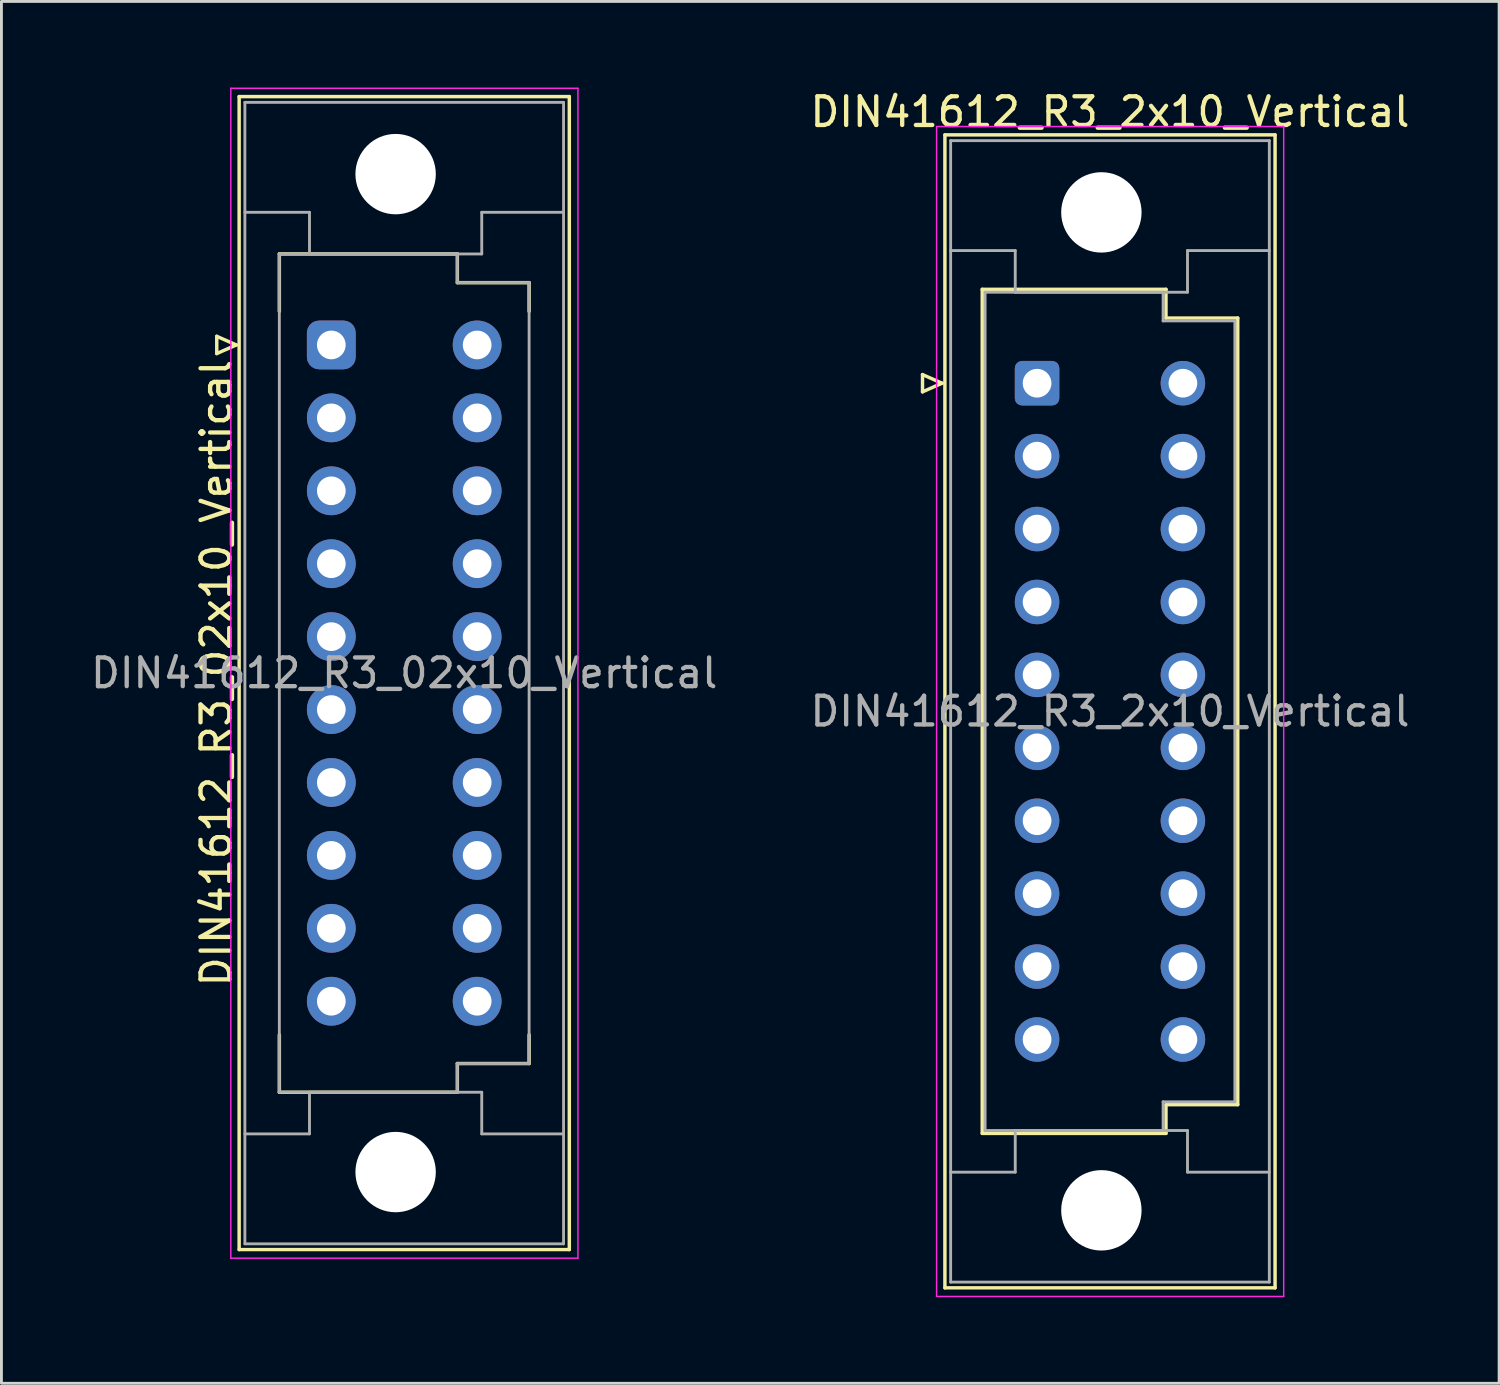
<source format=kicad_pcb>
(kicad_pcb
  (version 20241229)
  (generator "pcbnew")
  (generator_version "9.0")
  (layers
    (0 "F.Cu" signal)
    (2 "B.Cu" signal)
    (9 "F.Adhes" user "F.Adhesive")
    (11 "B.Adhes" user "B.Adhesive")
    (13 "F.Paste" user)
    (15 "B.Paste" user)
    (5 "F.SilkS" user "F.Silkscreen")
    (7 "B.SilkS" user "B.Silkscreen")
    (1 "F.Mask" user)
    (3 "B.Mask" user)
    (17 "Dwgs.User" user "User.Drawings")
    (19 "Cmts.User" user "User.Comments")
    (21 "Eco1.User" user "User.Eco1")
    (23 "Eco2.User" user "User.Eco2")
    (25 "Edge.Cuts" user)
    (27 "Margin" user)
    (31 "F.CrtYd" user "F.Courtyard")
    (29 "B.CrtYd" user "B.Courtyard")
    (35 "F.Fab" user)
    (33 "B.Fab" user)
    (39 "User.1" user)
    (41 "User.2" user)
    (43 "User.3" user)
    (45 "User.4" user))
  (footprint "DIN41612_R3_02x10_Vertical"
    (layer "F.Cu")
    (at 8.49 8.965)
    (property "Reference" "DIN41612_R3_02x10_Vertical" (at -4.01 11.43 90) (layer "F.SilkS") (effects (font (size 1 1) (thickness 0.15))))
    (attr through_hole)
    (fp_line (start -3.99 -0.3) (end -3.99 0.3) (stroke (width 0.12) (type solid)) (layer "F.SilkS"))
    (fp_line (start -3.99 0.3) (end -3.31 0) (stroke (width 0.12) (type solid)) (layer "F.SilkS"))
    (fp_line (start -3.31 0) (end -3.99 -0.3) (stroke (width 0.12) (type solid)) (layer "F.SilkS"))
    (fp_line (start -3.21 -8.65) (end 8.29 -8.65) (stroke (width 0.12) (type solid)) (layer "F.SilkS"))
    (fp_line (start -3.21 31.51) (end -3.21 -8.65) (stroke (width 0.12) (type solid)) (layer "F.SilkS"))
    (fp_line (start -1.81 -3.17) (end 4.39 -3.17) (stroke (width 0.12) (type solid)) (layer "F.SilkS"))
    (fp_line (start -1.81 -1.17) (end -1.81 -3.17) (stroke (width 0.12) (type solid)) (layer "F.SilkS"))
    (fp_line (start -1.81 24.03) (end -1.81 26.03) (stroke (width 0.12) (type solid)) (layer "F.SilkS"))
    (fp_line (start -1.81 26.03) (end 4.39 26.03) (stroke (width 0.12) (type solid)) (layer "F.SilkS"))
    (fp_line (start 4.39 -3.17) (end 4.39 -2.17) (stroke (width 0.12) (type solid)) (layer "F.SilkS"))
    (fp_line (start 4.39 -2.17) (end 6.89 -2.17) (stroke (width 0.12) (type solid)) (layer "F.SilkS"))
    (fp_line (start 4.39 25.03) (end 6.89 25.03) (stroke (width 0.12) (type solid)) (layer "F.SilkS"))
    (fp_line (start 4.39 26.03) (end 4.39 25.03) (stroke (width 0.12) (type solid)) (layer "F.SilkS"))
    (fp_line (start 6.89 -2.17) (end 6.89 -1.17) (stroke (width 0.12) (type solid)) (layer "F.SilkS"))
    (fp_line (start 6.89 25.03) (end 6.89 24.03) (stroke (width 0.12) (type solid)) (layer "F.SilkS"))
    (fp_line (start 8.29 -8.65) (end 8.29 31.51) (stroke (width 0.12) (type solid)) (layer "F.SilkS"))
    (fp_line (start 8.29 31.51) (end -3.21 31.51) (stroke (width 0.12) (type solid)) (layer "F.SilkS"))
    (fp_line (start -3.5 -8.94) (end 8.59 -8.94) (stroke (width 0.05) (type solid)) (layer "F.CrtYd"))
    (fp_line (start -3.5 31.81) (end -3.5 -8.94) (stroke (width 0.05) (type solid)) (layer "F.CrtYd"))
    (fp_line (start 8.59 -8.94) (end 8.59 31.81) (stroke (width 0.05) (type solid)) (layer "F.CrtYd"))
    (fp_line (start 8.59 31.81) (end -3.5 31.81) (stroke (width 0.05) (type solid)) (layer "F.CrtYd"))
    (fp_line (start -3.01 -8.45) (end 8.09 -8.45) (stroke (width 0.1) (type solid)) (layer "F.Fab"))
    (fp_line (start -3.01 -4.62) (end -0.76 -4.62) (stroke (width 0.1) (type solid)) (layer "F.Fab"))
    (fp_line (start -3.01 27.48) (end -0.76 27.48) (stroke (width 0.1) (type solid)) (layer "F.Fab"))
    (fp_line (start -3.01 31.31) (end -3.01 -8.45) (stroke (width 0.1) (type solid)) (layer "F.Fab"))
    (fp_line (start -1.81 -3.17) (end 4.39 -3.17) (stroke (width 0.1) (type solid)) (layer "F.Fab"))
    (fp_line (start -1.81 26.03) (end -1.81 -3.17) (stroke (width 0.1) (type solid)) (layer "F.Fab"))
    (fp_line (start -0.76 -4.62) (end -0.76 -3.17) (stroke (width 0.1) (type solid)) (layer "F.Fab"))
    (fp_line (start -0.76 -3.17) (end 5.24 -3.17) (stroke (width 0.1) (type solid)) (layer "F.Fab"))
    (fp_line (start -0.76 26.03) (end 5.24 26.03) (stroke (width 0.1) (type solid)) (layer "F.Fab"))
    (fp_line (start -0.76 27.48) (end -0.76 26.03) (stroke (width 0.1) (type solid)) (layer "F.Fab"))
    (fp_line (start 4.39 -3.17) (end 4.39 -2.17) (stroke (width 0.1) (type solid)) (layer "F.Fab"))
    (fp_line (start 4.39 -2.17) (end 6.89 -2.17) (stroke (width 0.1) (type solid)) (layer "F.Fab"))
    (fp_line (start 4.39 25.03) (end 4.39 26.03) (stroke (width 0.1) (type solid)) (layer "F.Fab"))
    (fp_line (start 4.39 26.03) (end -1.81 26.03) (stroke (width 0.1) (type solid)) (layer "F.Fab"))
    (fp_line (start 5.24 -4.62) (end 8.09 -4.62) (stroke (width 0.1) (type solid)) (layer "F.Fab"))
    (fp_line (start 5.24 -3.17) (end 5.24 -4.62) (stroke (width 0.1) (type solid)) (layer "F.Fab"))
    (fp_line (start 5.24 26.03) (end 5.24 27.48) (stroke (width 0.1) (type solid)) (layer "F.Fab"))
    (fp_line (start 5.24 27.48) (end 8.09 27.48) (stroke (width 0.1) (type solid)) (layer "F.Fab"))
    (fp_line (start 6.89 -2.17) (end 6.89 25.03) (stroke (width 0.1) (type solid)) (layer "F.Fab"))
    (fp_line (start 6.89 25.03) (end 4.39 25.03) (stroke (width 0.1) (type solid)) (layer "F.Fab"))
    (fp_line (start 8.09 -8.45) (end 8.09 31.31) (stroke (width 0.1) (type solid)) (layer "F.Fab"))
    (fp_line (start 8.09 31.31) (end -3.01 31.31) (stroke (width 0.1) (type solid)) (layer "F.Fab"))
    (fp_text user "${REFERENCE}" (at 2.54 11.43 0) (layer "F.Fab") (effects (font (size 1 1) (thickness 0.15))))
    (pad "" np_thru_hole circle (at 2.24 -5.95) (size 2.8 2.8) (drill 2.8) (layers "*.Cu" "*.Mask"))
    (pad "" np_thru_hole circle (at 2.24 28.81) (size 2.8 2.8) (drill 2.8) (layers "*.Cu" "*.Mask"))
    (pad "a1" thru_hole roundrect (at 0 0) (size 1.7 1.7) (drill 1) (layers "*.Cu" "*.Mask") (roundrect_rratio 0.25))
    (pad "a2" thru_hole circle (at 0 2.54) (size 1.7 1.7) (drill 1) (layers "*.Cu" "*.Mask"))
    (pad "a3" thru_hole circle (at 0 5.08) (size 1.7 1.7) (drill 1) (layers "*.Cu" "*.Mask"))
    (pad "a4" thru_hole circle (at 0 7.62) (size 1.7 1.7) (drill 1) (layers "*.Cu" "*.Mask"))
    (pad "a5" thru_hole circle (at 0 10.16) (size 1.7 1.7) (drill 1) (layers "*.Cu" "*.Mask"))
    (pad "a6" thru_hole circle (at 0 12.7) (size 1.7 1.7) (drill 1) (layers "*.Cu" "*.Mask"))
    (pad "a7" thru_hole circle (at 0 15.24) (size 1.7 1.7) (drill 1) (layers "*.Cu" "*.Mask"))
    (pad "a8" thru_hole circle (at 0 17.78) (size 1.7 1.7) (drill 1) (layers "*.Cu" "*.Mask"))
    (pad "a9" thru_hole circle (at 0 20.32) (size 1.7 1.7) (drill 1) (layers "*.Cu" "*.Mask"))
    (pad "a10" thru_hole circle (at 0 22.86) (size 1.7 1.7) (drill 1) (layers "*.Cu" "*.Mask"))
    (pad "c1" thru_hole circle (at 5.08 0) (size 1.7 1.7) (drill 1) (layers "*.Cu" "*.Mask"))
    (pad "c2" thru_hole circle (at 5.08 2.54) (size 1.7 1.7) (drill 1) (layers "*.Cu" "*.Mask"))
    (pad "c3" thru_hole circle (at 5.08 5.08) (size 1.7 1.7) (drill 1) (layers "*.Cu" "*.Mask"))
    (pad "c4" thru_hole circle (at 5.08 7.62) (size 1.7 1.7) (drill 1) (layers "*.Cu" "*.Mask"))
    (pad "c5" thru_hole circle (at 5.08 10.16) (size 1.7 1.7) (drill 1) (layers "*.Cu" "*.Mask"))
    (pad "c6" thru_hole circle (at 5.08 12.7) (size 1.7 1.7) (drill 1) (layers "*.Cu" "*.Mask"))
    (pad "c7" thru_hole circle (at 5.08 15.24) (size 1.7 1.7) (drill 1) (layers "*.Cu" "*.Mask"))
    (pad "c8" thru_hole circle (at 5.08 17.78) (size 1.7 1.7) (drill 1) (layers "*.Cu" "*.Mask"))
    (pad "c9" thru_hole circle (at 5.08 20.32) (size 1.7 1.7) (drill 1) (layers "*.Cu" "*.Mask"))
    (pad "c10" thru_hole circle (at 5.08 22.86) (size 1.7 1.7) (drill 1) (layers "*.Cu" "*.Mask")))
  (footprint "DIN41612_R3_2x10_Vertical"
    (layer "F.Cu")
    (at 33.073 10.298)
    (property "Reference" "DIN41612_R3_2x10_Vertical" (at 2.54 -9.45 0) (layer "F.SilkS") (effects (font (size 1 1) (thickness 0.15))))
    (attr through_hole)
    (fp_line (start -3.99 -0.3) (end -3.99 0.3) (stroke (width 0.12) (type solid)) (layer "F.SilkS"))
    (fp_line (start -3.99 0.3) (end -3.31 0) (stroke (width 0.12) (type solid)) (layer "F.SilkS"))
    (fp_line (start -3.31 0) (end -3.99 -0.3) (stroke (width 0.12) (type solid)) (layer "F.SilkS"))
    (fp_line (start -3.21 -8.65) (end 8.29 -8.65) (stroke (width 0.12) (type solid)) (layer "F.SilkS"))
    (fp_line (start -3.21 31.51) (end -3.21 -8.65) (stroke (width 0.12) (type solid)) (layer "F.SilkS"))
    (fp_line (start -1.91 -3.27) (end 4.49 -3.27) (stroke (width 0.12) (type solid)) (layer "F.SilkS"))
    (fp_line (start -1.91 26.13) (end -1.91 -3.27) (stroke (width 0.12) (type solid)) (layer "F.SilkS"))
    (fp_line (start 4.49 -3.27) (end 4.49 -2.27) (stroke (width 0.12) (type solid)) (layer "F.SilkS"))
    (fp_line (start 4.49 -2.27) (end 6.99 -2.27) (stroke (width 0.12) (type solid)) (layer "F.SilkS"))
    (fp_line (start 4.49 25.13) (end 4.49 26.13) (stroke (width 0.12) (type solid)) (layer "F.SilkS"))
    (fp_line (start 4.49 26.13) (end -1.91 26.13) (stroke (width 0.12) (type solid)) (layer "F.SilkS"))
    (fp_line (start 6.99 -2.27) (end 6.99 25.13) (stroke (width 0.12) (type solid)) (layer "F.SilkS"))
    (fp_line (start 6.99 25.13) (end 4.49 25.13) (stroke (width 0.12) (type solid)) (layer "F.SilkS"))
    (fp_line (start 8.29 -8.65) (end 8.29 31.51) (stroke (width 0.12) (type solid)) (layer "F.SilkS"))
    (fp_line (start 8.29 31.51) (end -3.21 31.51) (stroke (width 0.12) (type solid)) (layer "F.SilkS"))
    (fp_line (start -3.5 -8.94) (end 8.59 -8.94) (stroke (width 0.05) (type solid)) (layer "F.CrtYd"))
    (fp_line (start -3.5 31.81) (end -3.5 -8.94) (stroke (width 0.05) (type solid)) (layer "F.CrtYd"))
    (fp_line (start 8.59 -8.94) (end 8.59 31.81) (stroke (width 0.05) (type solid)) (layer "F.CrtYd"))
    (fp_line (start 8.59 31.81) (end -3.5 31.81) (stroke (width 0.05) (type solid)) (layer "F.CrtYd"))
    (fp_line (start -3.01 -8.45) (end 8.09 -8.45) (stroke (width 0.1) (type solid)) (layer "F.Fab"))
    (fp_line (start -3.01 -4.62) (end -0.76 -4.62) (stroke (width 0.1) (type solid)) (layer "F.Fab"))
    (fp_line (start -3.01 27.48) (end -0.76 27.48) (stroke (width 0.1) (type solid)) (layer "F.Fab"))
    (fp_line (start -3.01 31.31) (end -3.01 -8.45) (stroke (width 0.1) (type solid)) (layer "F.Fab"))
    (fp_line (start -1.81 -3.17) (end 4.39 -3.17) (stroke (width 0.1) (type solid)) (layer "F.Fab"))
    (fp_line (start -1.81 26.03) (end -1.81 -3.17) (stroke (width 0.1) (type solid)) (layer "F.Fab"))
    (fp_line (start -0.76 -4.62) (end -0.76 -3.17) (stroke (width 0.1) (type solid)) (layer "F.Fab"))
    (fp_line (start -0.76 -3.17) (end 5.24 -3.17) (stroke (width 0.1) (type solid)) (layer "F.Fab"))
    (fp_line (start -0.76 26.03) (end 5.24 26.03) (stroke (width 0.1) (type solid)) (layer "F.Fab"))
    (fp_line (start -0.76 27.48) (end -0.76 26.03) (stroke (width 0.1) (type solid)) (layer "F.Fab"))
    (fp_line (start 4.39 -3.17) (end 4.39 -2.17) (stroke (width 0.1) (type solid)) (layer "F.Fab"))
    (fp_line (start 4.39 -2.17) (end 6.89 -2.17) (stroke (width 0.1) (type solid)) (layer "F.Fab"))
    (fp_line (start 4.39 25.03) (end 4.39 26.03) (stroke (width 0.1) (type solid)) (layer "F.Fab"))
    (fp_line (start 4.39 26.03) (end -1.81 26.03) (stroke (width 0.1) (type solid)) (layer "F.Fab"))
    (fp_line (start 5.24 -4.62) (end 8.09 -4.62) (stroke (width 0.1) (type solid)) (layer "F.Fab"))
    (fp_line (start 5.24 -3.17) (end 5.24 -4.62) (stroke (width 0.1) (type solid)) (layer "F.Fab"))
    (fp_line (start 5.24 26.03) (end 5.24 27.48) (stroke (width 0.1) (type solid)) (layer "F.Fab"))
    (fp_line (start 5.24 27.48) (end 8.09 27.48) (stroke (width 0.1) (type solid)) (layer "F.Fab"))
    (fp_line (start 6.89 -2.17) (end 6.89 25.03) (stroke (width 0.1) (type solid)) (layer "F.Fab"))
    (fp_line (start 6.89 25.03) (end 4.39 25.03) (stroke (width 0.1) (type solid)) (layer "F.Fab"))
    (fp_line (start 8.09 -8.45) (end 8.09 31.31) (stroke (width 0.1) (type solid)) (layer "F.Fab"))
    (fp_line (start 8.09 31.31) (end -3.01 31.31) (stroke (width 0.1) (type solid)) (layer "F.Fab"))
    (fp_text user "${REFERENCE}" (at 2.54 11.43 0) (layer "F.Fab") (effects (font (size 1 1) (thickness 0.15))))
    (pad "" np_thru_hole circle (at 2.24 -5.95) (size 2.8 2.8) (drill 2.8) (layers "*.Cu" "*.Mask"))
    (pad "" np_thru_hole circle (at 2.24 28.81) (size 2.8 2.8) (drill 2.8) (layers "*.Cu" "*.Mask"))
    (pad "a1" thru_hole roundrect (at 0 0) (size 1.55 1.55) (drill 1) (layers "*.Cu" "*.Mask") (roundrect_rratio 0.161))
    (pad "a2" thru_hole circle (at 0 2.54) (size 1.55 1.55) (drill 1) (layers "*.Cu" "*.Mask"))
    (pad "a3" thru_hole circle (at 0 5.08) (size 1.55 1.55) (drill 1) (layers "*.Cu" "*.Mask"))
    (pad "a4" thru_hole circle (at 0 7.62) (size 1.55 1.55) (drill 1) (layers "*.Cu" "*.Mask"))
    (pad "a5" thru_hole circle (at 0 10.16) (size 1.55 1.55) (drill 1) (layers "*.Cu" "*.Mask"))
    (pad "a6" thru_hole circle (at 0 12.7) (size 1.55 1.55) (drill 1) (layers "*.Cu" "*.Mask"))
    (pad "a7" thru_hole circle (at 0 15.24) (size 1.55 1.55) (drill 1) (layers "*.Cu" "*.Mask"))
    (pad "a8" thru_hole circle (at 0 17.78) (size 1.55 1.55) (drill 1) (layers "*.Cu" "*.Mask"))
    (pad "a9" thru_hole circle (at 0 20.32) (size 1.55 1.55) (drill 1) (layers "*.Cu" "*.Mask"))
    (pad "a10" thru_hole circle (at 0 22.86) (size 1.55 1.55) (drill 1) (layers "*.Cu" "*.Mask"))
    (pad "c1" thru_hole circle (at 5.08 0) (size 1.55 1.55) (drill 1) (layers "*.Cu" "*.Mask"))
    (pad "c2" thru_hole circle (at 5.08 2.54) (size 1.55 1.55) (drill 1) (layers "*.Cu" "*.Mask"))
    (pad "c3" thru_hole circle (at 5.08 5.08) (size 1.55 1.55) (drill 1) (layers "*.Cu" "*.Mask"))
    (pad "c4" thru_hole circle (at 5.08 7.62) (size 1.55 1.55) (drill 1) (layers "*.Cu" "*.Mask"))
    (pad "c5" thru_hole circle (at 5.08 10.16) (size 1.55 1.55) (drill 1) (layers "*.Cu" "*.Mask"))
    (pad "c6" thru_hole circle (at 5.08 12.7) (size 1.55 1.55) (drill 1) (layers "*.Cu" "*.Mask"))
    (pad "c7" thru_hole circle (at 5.08 15.24) (size 1.55 1.55) (drill 1) (layers "*.Cu" "*.Mask"))
    (pad "c8" thru_hole circle (at 5.08 17.78) (size 1.55 1.55) (drill 1) (layers "*.Cu" "*.Mask"))
    (pad "c9" thru_hole circle (at 5.08 20.32) (size 1.55 1.55) (drill 1) (layers "*.Cu" "*.Mask"))
    (pad "c10" thru_hole circle (at 5.08 22.86) (size 1.55 1.55) (drill 1) (layers "*.Cu" "*.Mask")))
  (gr_rect
    (start -3 -3)
    (end 49.167 45.133)
    (stroke (width 0.1) (type default))
    (fill no)
    (layer "Edge.Cuts")))
</source>
